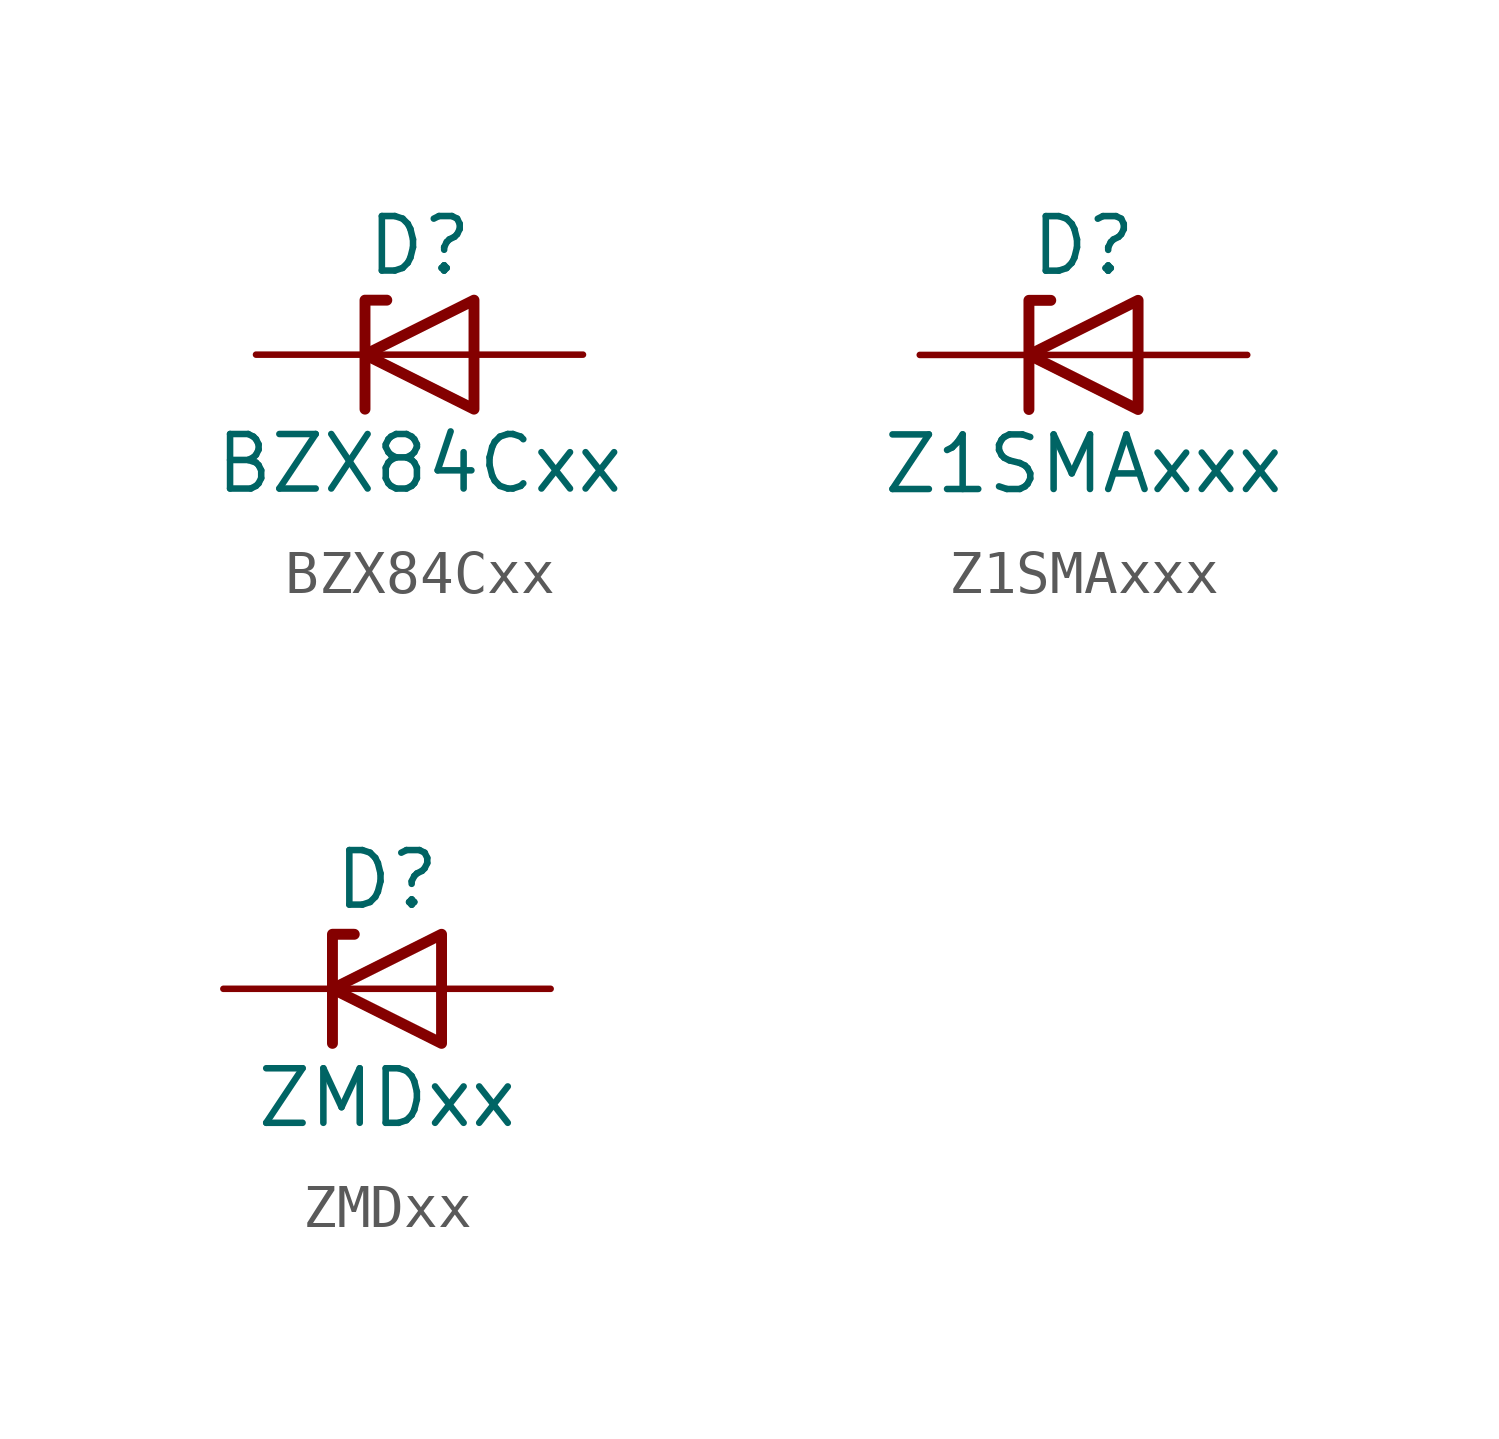
<source format=kicad_sym>
(kicad_symbol_lib
  (version 20211014)
  (generator kicad_symbol_editor)
  (symbol "BZX84Cxx"
    (pin_numbers hide)
    (pin_names
      (offset 1.016) hide)
    (property "Reference" "D"
      (at 0 2.54 0)
      (effects (font (size 1.27 1.27))))
    (property "Value" "BZX84Cxx"
      (at 0 -2.54 0)
      (effects (font (size 1.27 1.27))))
    (symbol "BZX84Cxx_0_1"
      (polyline (pts (xy 1.27 0) (xy -1.27 0)) (stroke (width 0) (type default) (color 0 0 0 0)) (fill (type none)))
      (polyline (pts (xy -1.27 -1.27) (xy -1.27 1.27) (xy -0.762 1.27)) (stroke (width 0.254) (type default) (color 0 0 0 0)) (fill (type none)))
      (polyline (pts (xy 1.27 -1.27) (xy 1.27 1.27) (xy -1.27 0) (xy 1.27 -1.27)) (stroke (width 0.254) (type default) (color 0 0 0 0)) (fill (type none))))
    (symbol "BZX84Cxx_1_1"
      (pin passive line (at -3.81 0 0) (length 2.54) (name "K" (effects (font (size 1.27 1.27)))) (number "1" (effects (font (size 1.27 1.27)))))
      (pin passive line (at 3.81 0 180) (length 2.54) (name "A" (effects (font (size 1.27 1.27)))) (number "2" (effects (font (size 1.27 1.27)))))))
  (symbol "Z1SMAxxx"
    (pin_numbers hide)
    (pin_names
      (offset 1.016) hide)
    (property "Reference" "D"
      (at 0 2.54 0)
      (effects (font (size 1.27 1.27))))
    (property "Value" "Z1SMAxxx"
      (at 0 -2.54 0)
      (effects (font (size 1.27 1.27))))
    (symbol "Z1SMAxxx_0_1"
      (polyline (pts (xy 1.27 0) (xy -1.27 0)) (stroke (width 0) (type default) (color 0 0 0 0)) (fill (type none)))
      (polyline (pts (xy -1.27 -1.27) (xy -1.27 1.27) (xy -0.762 1.27)) (stroke (width 0.254) (type default) (color 0 0 0 0)) (fill (type none)))
      (polyline (pts (xy 1.27 -1.27) (xy 1.27 1.27) (xy -1.27 0) (xy 1.27 -1.27)) (stroke (width 0.254) (type default) (color 0 0 0 0)) (fill (type none))))
    (symbol "Z1SMAxxx_1_1"
      (pin passive line (at -3.81 0 0) (length 2.54) (name "K" (effects (font (size 1.27 1.27)))) (number "1" (effects (font (size 1.27 1.27)))))
      (pin passive line (at 3.81 0 180) (length 2.54) (name "A" (effects (font (size 1.27 1.27)))) (number "2" (effects (font (size 1.27 1.27)))))))
  (symbol "ZMDxx"
    (pin_numbers hide)
    (pin_names
      (offset 1.016) hide)
    (property "Reference" "D"
      (at 0 2.54 0)
      (effects (font (size 1.27 1.27))))
    (property "Value" "ZMDxx"
      (at 0 -2.54 0)
      (effects (font (size 1.27 1.27))))
    (symbol "ZMDxx_0_1"
      (polyline (pts (xy 1.27 0) (xy -1.27 0)) (stroke (width 0) (type default) (color 0 0 0 0)) (fill (type none)))
      (polyline (pts (xy -1.27 -1.27) (xy -1.27 1.27) (xy -0.762 1.27)) (stroke (width 0.254) (type default) (color 0 0 0 0)) (fill (type none)))
      (polyline (pts (xy 1.27 -1.27) (xy 1.27 1.27) (xy -1.27 0) (xy 1.27 -1.27)) (stroke (width 0.254) (type default) (color 0 0 0 0)) (fill (type none))))
    (symbol "ZMDxx_1_1"
      (pin passive line (at -3.81 0 0) (length 2.54) (name "K" (effects (font (size 1.27 1.27)))) (number "1" (effects (font (size 1.27 1.27)))))
      (pin passive line (at 3.81 0 180) (length 2.54) (name "A" (effects (font (size 1.27 1.27)))) (number "2" (effects (font (size 1.27 1.27))))))))
</source>
